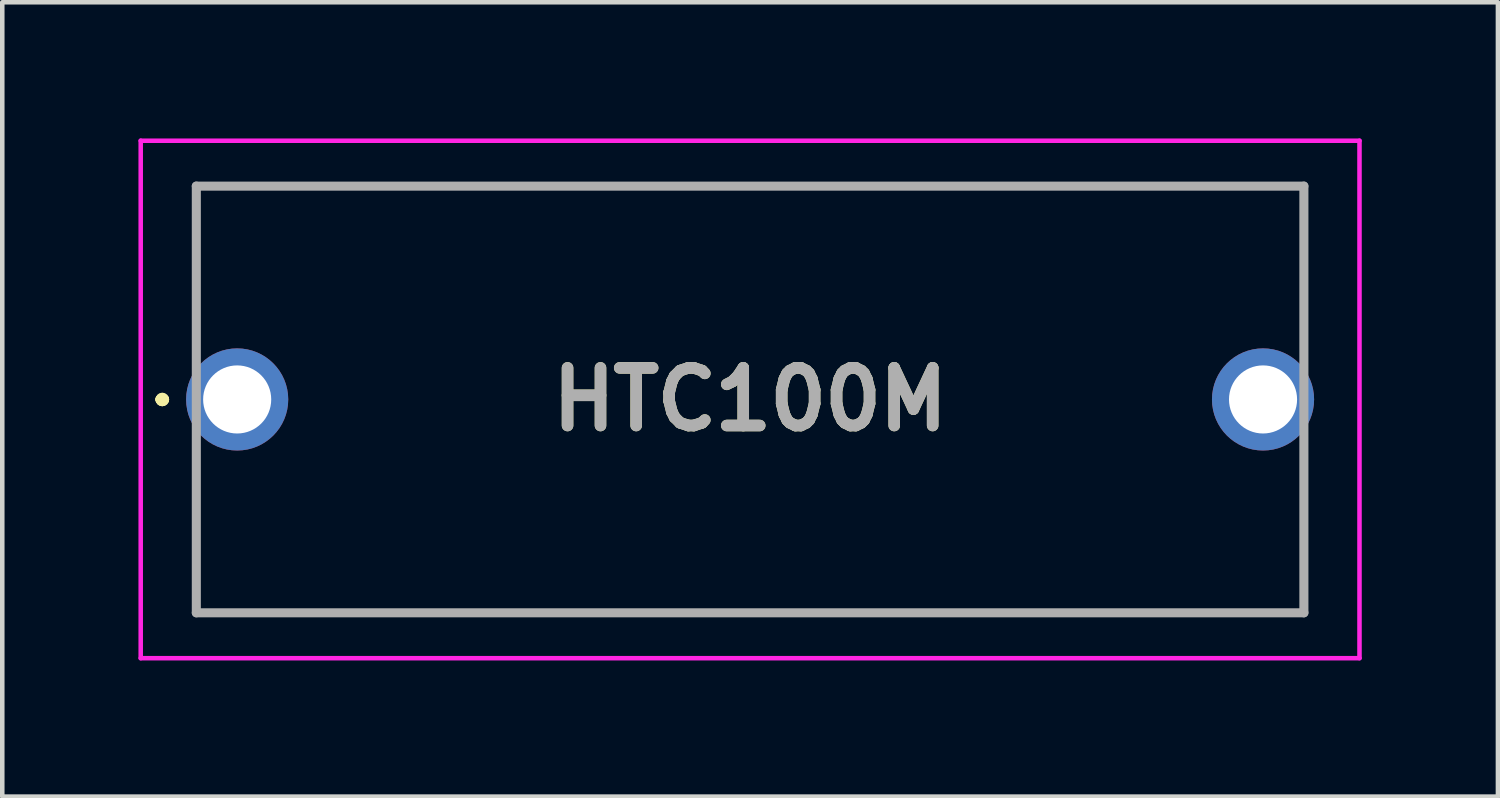
<source format=kicad_pcb>
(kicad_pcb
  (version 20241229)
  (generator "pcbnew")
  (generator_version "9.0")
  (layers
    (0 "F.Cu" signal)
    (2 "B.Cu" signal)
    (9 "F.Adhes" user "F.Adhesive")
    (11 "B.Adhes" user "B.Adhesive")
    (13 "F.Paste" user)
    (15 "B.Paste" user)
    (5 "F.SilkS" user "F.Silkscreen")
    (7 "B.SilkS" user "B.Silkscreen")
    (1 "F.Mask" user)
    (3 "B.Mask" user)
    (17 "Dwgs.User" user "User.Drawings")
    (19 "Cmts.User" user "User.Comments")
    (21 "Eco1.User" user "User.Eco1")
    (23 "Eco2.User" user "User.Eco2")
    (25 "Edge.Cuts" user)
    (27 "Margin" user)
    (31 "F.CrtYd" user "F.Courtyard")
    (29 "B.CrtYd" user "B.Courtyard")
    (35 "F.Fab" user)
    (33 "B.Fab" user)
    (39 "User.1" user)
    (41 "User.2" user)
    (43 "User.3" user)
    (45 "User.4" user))
  (footprint "HTC100M"
    (layer "F.Cu")
    (at 2.175 5.75)
    (property "Reference" "HTC100M" (at 11.3 0 0) (layer "F.SilkS") (effects (font (size 1.27 1.27) (thickness 0.254))))
    (attr through_hole)
    (fp_line (start -1.7 0) (end -1.7 0) (stroke (width 0.2) (type solid)) (layer "F.SilkS"))
    (fp_line (start -1.7 0) (end -1.7 0) (stroke (width 0.2) (type solid)) (layer "F.SilkS"))
    (fp_line (start -1.6 0) (end -1.6 0) (stroke (width 0.2) (type solid)) (layer "F.SilkS"))
    (fp_line (start -0.9 -4.7) (end -0.9 -4.7) (stroke (width 0.1) (type solid)) (layer "F.SilkS"))
    (fp_line (start -0.9 -4.7) (end -0.9 -4.7) (stroke (width 0.1) (type solid)) (layer "F.SilkS"))
    (fp_line (start -0.9 -4.7) (end -0.9 -1.75) (stroke (width 0.1) (type solid)) (layer "F.SilkS"))
    (fp_line (start -0.9 -4.7) (end 23.5 -4.7) (stroke (width 0.1) (type solid)) (layer "F.SilkS"))
    (fp_line (start -0.9 -1.75) (end -0.9 -4.7) (stroke (width 0.1) (type solid)) (layer "F.SilkS"))
    (fp_line (start -0.9 -1.75) (end -0.9 -1.75) (stroke (width 0.1) (type solid)) (layer "F.SilkS"))
    (fp_line (start -0.9 1.75) (end -0.9 1.75) (stroke (width 0.1) (type solid)) (layer "F.SilkS"))
    (fp_line (start -0.9 1.75) (end -0.9 4.7) (stroke (width 0.1) (type solid)) (layer "F.SilkS"))
    (fp_line (start -0.9 4.7) (end -0.9 1.75) (stroke (width 0.1) (type solid)) (layer "F.SilkS"))
    (fp_line (start -0.9 4.7) (end -0.9 4.7) (stroke (width 0.1) (type solid)) (layer "F.SilkS"))
    (fp_line (start -0.9 4.7) (end -0.9 4.7) (stroke (width 0.1) (type solid)) (layer "F.SilkS"))
    (fp_line (start -0.9 4.7) (end 23.5 4.7) (stroke (width 0.1) (type solid)) (layer "F.SilkS"))
    (fp_line (start 23.5 -4.7) (end -0.9 -4.7) (stroke (width 0.1) (type solid)) (layer "F.SilkS"))
    (fp_line (start 23.5 -4.7) (end 23.5 -4.7) (stroke (width 0.1) (type solid)) (layer "F.SilkS"))
    (fp_line (start 23.5 -4.7) (end 23.5 -4.7) (stroke (width 0.1) (type solid)) (layer "F.SilkS"))
    (fp_line (start 23.5 -4.7) (end 23.5 -1.75) (stroke (width 0.1) (type solid)) (layer "F.SilkS"))
    (fp_line (start 23.5 -1.75) (end 23.5 -4.7) (stroke (width 0.1) (type solid)) (layer "F.SilkS"))
    (fp_line (start 23.5 -1.75) (end 23.5 -1.75) (stroke (width 0.1) (type solid)) (layer "F.SilkS"))
    (fp_line (start 23.5 1.75) (end 23.5 1.75) (stroke (width 0.1) (type solid)) (layer "F.SilkS"))
    (fp_line (start 23.5 1.75) (end 23.5 4.7) (stroke (width 0.1) (type solid)) (layer "F.SilkS"))
    (fp_line (start 23.5 4.7) (end -0.9 4.7) (stroke (width 0.1) (type solid)) (layer "F.SilkS"))
    (fp_line (start 23.5 4.7) (end 23.5 1.75) (stroke (width 0.1) (type solid)) (layer "F.SilkS"))
    (fp_line (start 23.5 4.7) (end 23.5 4.7) (stroke (width 0.1) (type solid)) (layer "F.SilkS"))
    (fp_line (start 23.5 4.7) (end 23.5 4.7) (stroke (width 0.1) (type solid)) (layer "F.SilkS"))
    (fp_arc (start -1.7 0) (mid -1.65 -0.05) (end -1.6 0) (stroke (width 0.2) (type solid)) (layer "F.SilkS"))
    (fp_arc (start -1.6 0) (mid -1.65 0.05) (end -1.7 0) (stroke (width 0.2) (type solid)) (layer "F.SilkS"))
    (fp_arc (start -1.6 0) (mid -1.65 0.05) (end -1.7 0) (stroke (width 0.2) (type solid)) (layer "F.SilkS"))
    (fp_line (start -2.125 -5.7) (end 24.725 -5.7) (stroke (width 0.1) (type solid)) (layer "F.CrtYd"))
    (fp_line (start -2.125 5.7) (end -2.125 -5.7) (stroke (width 0.1) (type solid)) (layer "F.CrtYd"))
    (fp_line (start 24.725 -5.7) (end 24.725 5.7) (stroke (width 0.1) (type solid)) (layer "F.CrtYd"))
    (fp_line (start 24.725 5.7) (end -2.125 5.7) (stroke (width 0.1) (type solid)) (layer "F.CrtYd"))
    (fp_line (start -0.9 -4.7) (end -0.9 4.7) (stroke (width 0.2) (type solid)) (layer "F.Fab"))
    (fp_line (start -0.9 4.7) (end 23.5 4.7) (stroke (width 0.2) (type solid)) (layer "F.Fab"))
    (fp_line (start 23.5 -4.7) (end -0.9 -4.7) (stroke (width 0.2) (type solid)) (layer "F.Fab"))
    (fp_line (start 23.5 4.7) (end 23.5 -4.7) (stroke (width 0.2) (type solid)) (layer "F.Fab"))
    (fp_text user "${REFERENCE}" (at 11.3 0 0) (layer "F.Fab") (effects (font (size 1.27 1.27) (thickness 0.254))))
    (pad "1" thru_hole circle (at 0 0) (size 2.25 2.25) (drill 1.5) (layers "*.Cu" "*.Mask"))
    (pad "2" thru_hole circle (at 22.6 0) (size 2.25 2.25) (drill 1.5) (layers "*.Cu" "*.Mask")))
  (gr_rect
    (start -3 -3)
    (end 29.95 14.5)
    (stroke (width 0.1) (type default))
    (fill no)
    (layer "Edge.Cuts")))
</source>
